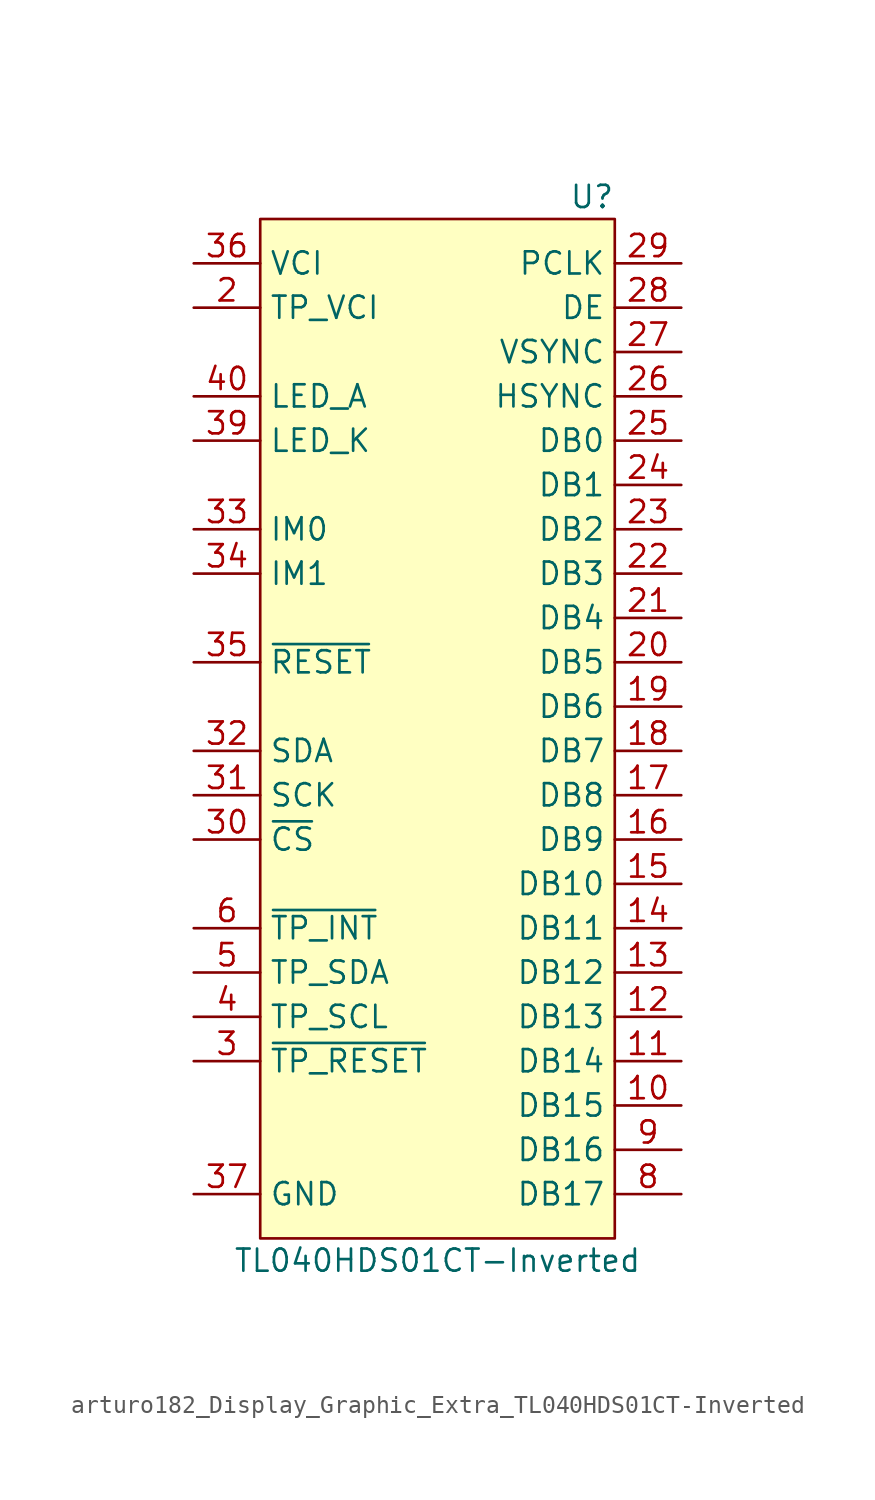
<source format=kicad_sym>
(kicad_symbol_lib
  (version 20220914)
  (generator kicad_symbol_editor)
  (symbol "arturo182_Display_Graphic_Extra_TL040HDS01CT-Inverted"
    (property "Reference" "U"
      (at 10.16 29.21 0)
      (effects (font (size 1.27 1.27)) (justify right)))
    (property "Value" "TL040HDS01CT-Inverted"
      (at 0 -31.75 0)
      (effects (font (size 1.27 1.27))))
    (symbol "arturo182_Display_Graphic_Extra_TL040HDS01CT-Inverted_0_1"
      (rectangle (start -10.16 27.94) (end 10.16 -30.48) (stroke (width 0) (type default)) (fill (type background))))
    (symbol "arturo182_Display_Graphic_Extra_TL040HDS01CT-Inverted_1_1"
      (pin passive line (at -13.97 -27.94 0) (length 3.81) hide (name "GND" (effects (font (size 1.27 1.27)))) (number "1" (effects (font (size 1.27 1.27)))))
      (pin input line (at 13.97 -22.86 180) (length 3.81) (name "DB15" (effects (font (size 1.27 1.27)))) (number "10" (effects (font (size 1.27 1.27)))))
      (pin input line (at 13.97 -20.32 180) (length 3.81) (name "DB14" (effects (font (size 1.27 1.27)))) (number "11" (effects (font (size 1.27 1.27)))))
      (pin input line (at 13.97 -17.78 180) (length 3.81) (name "DB13" (effects (font (size 1.27 1.27)))) (number "12" (effects (font (size 1.27 1.27)))))
      (pin input line (at 13.97 -15.24 180) (length 3.81) (name "DB12" (effects (font (size 1.27 1.27)))) (number "13" (effects (font (size 1.27 1.27)))))
      (pin input line (at 13.97 -12.7 180) (length 3.81) (name "DB11" (effects (font (size 1.27 1.27)))) (number "14" (effects (font (size 1.27 1.27)))))
      (pin input line (at 13.97 -10.16 180) (length 3.81) (name "DB10" (effects (font (size 1.27 1.27)))) (number "15" (effects (font (size 1.27 1.27)))))
      (pin input line (at 13.97 -7.62 180) (length 3.81) (name "DB9" (effects (font (size 1.27 1.27)))) (number "16" (effects (font (size 1.27 1.27)))))
      (pin input line (at 13.97 -5.08 180) (length 3.81) (name "DB8" (effects (font (size 1.27 1.27)))) (number "17" (effects (font (size 1.27 1.27)))))
      (pin input line (at 13.97 -2.54 180) (length 3.81) (name "DB7" (effects (font (size 1.27 1.27)))) (number "18" (effects (font (size 1.27 1.27)))))
      (pin input line (at 13.97 0 180) (length 3.81) (name "DB6" (effects (font (size 1.27 1.27)))) (number "19" (effects (font (size 1.27 1.27)))))
      (pin power_in line (at -13.97 22.86 0) (length 3.81) (name "TP_VCI" (effects (font (size 1.27 1.27)))) (number "2" (effects (font (size 1.27 1.27)))))
      (pin input line (at 13.97 2.54 180) (length 3.81) (name "DB5" (effects (font (size 1.27 1.27)))) (number "20" (effects (font (size 1.27 1.27)))))
      (pin input line (at 13.97 5.08 180) (length 3.81) (name "DB4" (effects (font (size 1.27 1.27)))) (number "21" (effects (font (size 1.27 1.27)))))
      (pin input line (at 13.97 7.62 180) (length 3.81) (name "DB3" (effects (font (size 1.27 1.27)))) (number "22" (effects (font (size 1.27 1.27)))))
      (pin input line (at 13.97 10.16 180) (length 3.81) (name "DB2" (effects (font (size 1.27 1.27)))) (number "23" (effects (font (size 1.27 1.27)))))
      (pin input line (at 13.97 12.7 180) (length 3.81) (name "DB1" (effects (font (size 1.27 1.27)))) (number "24" (effects (font (size 1.27 1.27)))))
      (pin input line (at 13.97 15.24 180) (length 3.81) (name "DB0" (effects (font (size 1.27 1.27)))) (number "25" (effects (font (size 1.27 1.27)))))
      (pin input line (at 13.97 17.78 180) (length 3.81) (name "HSYNC" (effects (font (size 1.27 1.27)))) (number "26" (effects (font (size 1.27 1.27)))))
      (pin input line (at 13.97 20.32 180) (length 3.81) (name "VSYNC" (effects (font (size 1.27 1.27)))) (number "27" (effects (font (size 1.27 1.27)))))
      (pin input line (at 13.97 22.86 180) (length 3.81) (name "DE" (effects (font (size 1.27 1.27)))) (number "28" (effects (font (size 1.27 1.27)))))
      (pin input line (at 13.97 25.4 180) (length 3.81) (name "PCLK" (effects (font (size 1.27 1.27)))) (number "29" (effects (font (size 1.27 1.27)))))
      (pin input line (at -13.97 -20.32 0) (length 3.81) (name "~{TP_RESET}" (effects (font (size 1.27 1.27)))) (number "3" (effects (font (size 1.27 1.27)))))
      (pin input line (at -13.97 -7.62 0) (length 3.81) (name "~{CS}" (effects (font (size 1.27 1.27)))) (number "30" (effects (font (size 1.27 1.27)))))
      (pin input line (at -13.97 -5.08 0) (length 3.81) (name "SCK" (effects (font (size 1.27 1.27)))) (number "31" (effects (font (size 1.27 1.27)))))
      (pin bidirectional line (at -13.97 -2.54 0) (length 3.81) (name "SDA" (effects (font (size 1.27 1.27)))) (number "32" (effects (font (size 1.27 1.27)))))
      (pin input line (at -13.97 10.16 0) (length 3.81) (name "IM0" (effects (font (size 1.27 1.27)))) (number "33" (effects (font (size 1.27 1.27)))))
      (pin input line (at -13.97 7.62 0) (length 3.81) (name "IM1" (effects (font (size 1.27 1.27)))) (number "34" (effects (font (size 1.27 1.27)))))
      (pin input line (at -13.97 2.54 0) (length 3.81) (name "~{RESET}" (effects (font (size 1.27 1.27)))) (number "35" (effects (font (size 1.27 1.27)))))
      (pin power_in line (at -13.97 25.4 0) (length 3.81) (name "VCI" (effects (font (size 1.27 1.27)))) (number "36" (effects (font (size 1.27 1.27)))))
      (pin power_in line (at -13.97 -27.94 0) (length 3.81) (name "GND" (effects (font (size 1.27 1.27)))) (number "37" (effects (font (size 1.27 1.27)))))
      (pin passive line (at -13.97 15.24 0) (length 3.81) hide (name "LED_K" (effects (font (size 1.27 1.27)))) (number "38" (effects (font (size 1.27 1.27)))))
      (pin input line (at -13.97 15.24 0) (length 3.81) (name "LED_K" (effects (font (size 1.27 1.27)))) (number "39" (effects (font (size 1.27 1.27)))))
      (pin input line (at -13.97 -17.78 0) (length 3.81) (name "TP_SCL" (effects (font (size 1.27 1.27)))) (number "4" (effects (font (size 1.27 1.27)))))
      (pin input line (at -13.97 17.78 0) (length 3.81) (name "LED_A" (effects (font (size 1.27 1.27)))) (number "40" (effects (font (size 1.27 1.27)))))
      (pin bidirectional line (at -13.97 -15.24 0) (length 3.81) (name "TP_SDA" (effects (font (size 1.27 1.27)))) (number "5" (effects (font (size 1.27 1.27)))))
      (pin output line (at -13.97 -12.7 0) (length 3.81) (name "~{TP_INT}" (effects (font (size 1.27 1.27)))) (number "6" (effects (font (size 1.27 1.27)))))
      (pin passive line (at -13.97 -27.94 0) (length 3.81) hide (name "GND" (effects (font (size 1.27 1.27)))) (number "7" (effects (font (size 1.27 1.27)))))
      (pin input line (at 13.97 -27.94 180) (length 3.81) (name "DB17" (effects (font (size 1.27 1.27)))) (number "8" (effects (font (size 1.27 1.27)))))
      (pin input line (at 13.97 -25.4 180) (length 3.81) (name "DB16" (effects (font (size 1.27 1.27)))) (number "9" (effects (font (size 1.27 1.27))))))))
</source>
